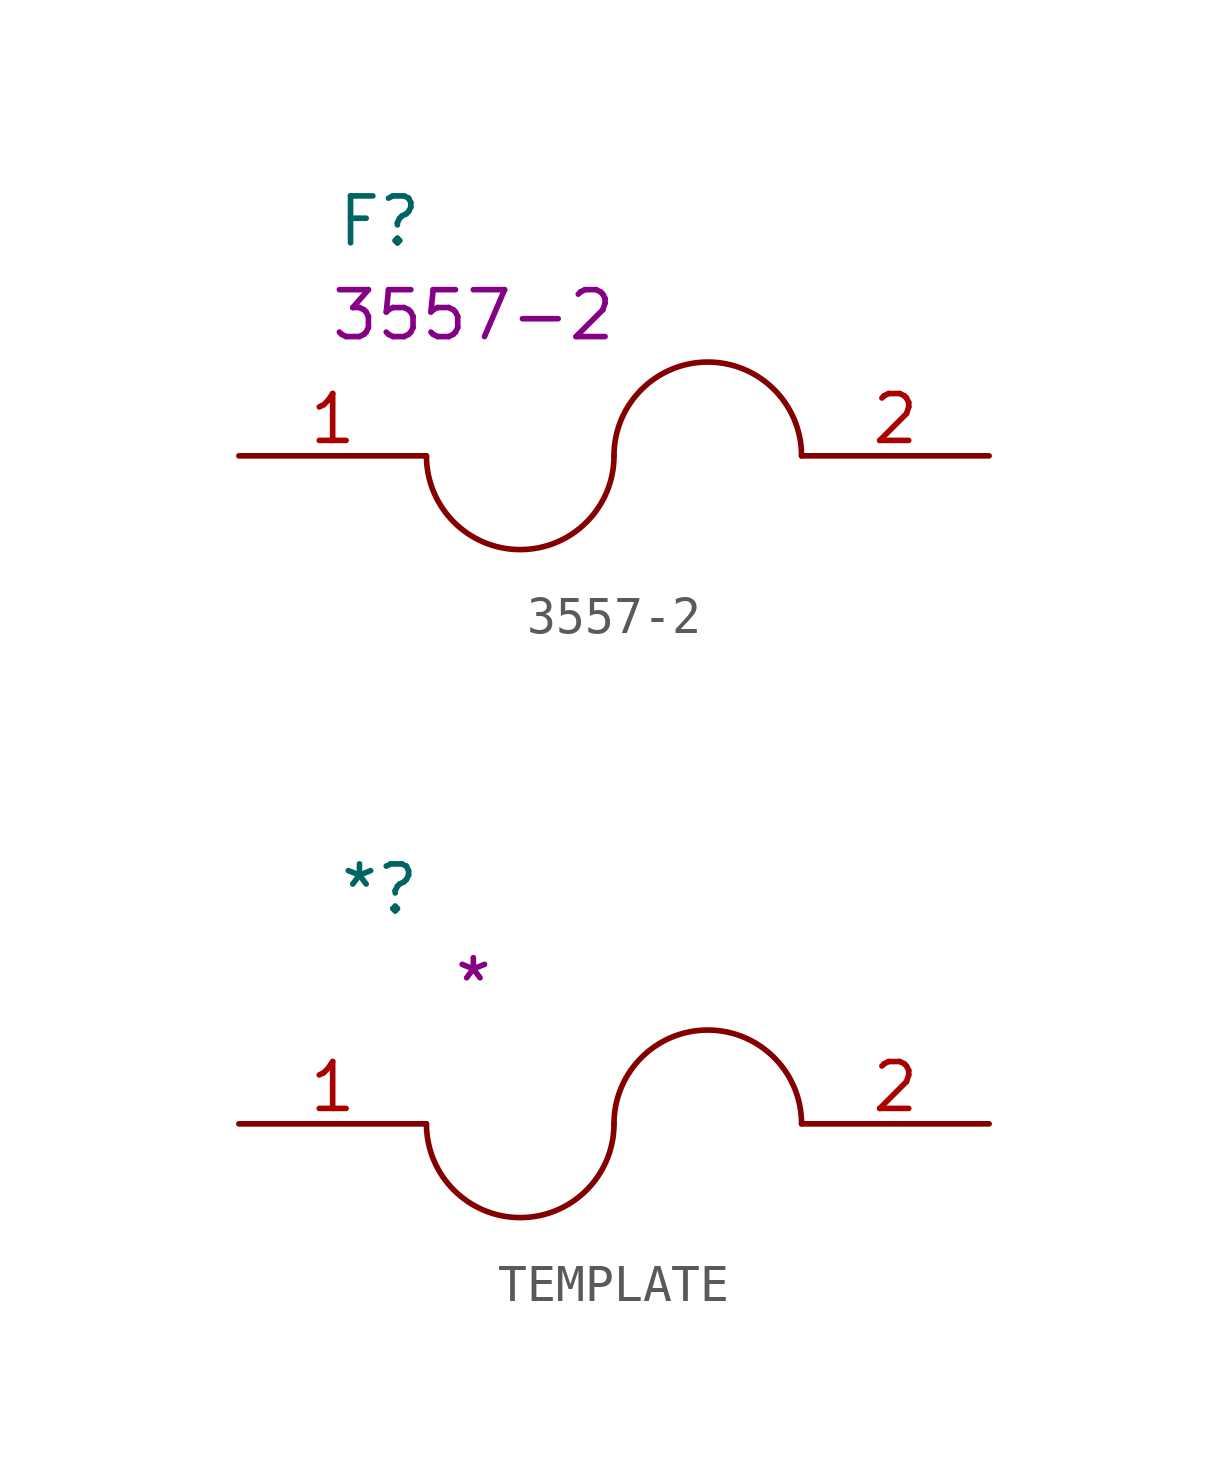
<source format=kicad_sym>
(kicad_symbol_lib
  (version 20231120)
  (generator "kicad_symbol_editor")
  (generator_version "8.0")
  (symbol "3557-2"
    (pin_names
      (offset 1.016))
    (property "Reference" "F"
      (at -6.35 6.35 0)
      (effects (font (size 1.27 1.27))))
    (property "_Value_" "3557-2"
      (at -3.81 3.81 0)
      (effects (font (size 1.27 1.27))))
    (symbol "3557-2_0_1"
      (arc (start -5.08 0) (mid -2.54 -2.529) (end 0 0) (stroke (width 0) (type default)) (fill (type none)))
      (arc (start 5.08 0) (mid 2.54 2.529) (end 0 0) (stroke (width 0) (type default)) (fill (type none))))
    (symbol "3557-2_1_1"
      (pin passive line (at -10.16 0 0) (length 5.08) (name "~" (effects (font (size 1.27 1.27)))) (number "1" (effects (font (size 1.27 1.27)))))
      (pin passive line (at 10.16 0 180) (length 5.08) (name "~" (effects (font (size 1.27 1.27)))) (number "2" (effects (font (size 1.27 1.27)))))))
  (symbol "TEMPLATE"
    (pin_names
      (offset 1.016))
    (property "Reference" "*"
      (at -6.35 6.35 0)
      (effects (font (size 1.27 1.27))))
    (property "_Value_" "*"
      (at -3.81 3.81 0)
      (effects (font (size 1.27 1.27))))
    (symbol "TEMPLATE_0_1"
      (arc (start -5.08 0) (mid -2.54 -2.529) (end 0 0) (stroke (width 0) (type default)) (fill (type none)))
      (arc (start 5.08 0) (mid 2.54 2.529) (end 0 0) (stroke (width 0) (type default)) (fill (type none))))
    (symbol "TEMPLATE_1_1"
      (pin passive line (at -10.16 0 0) (length 5.08) (name "~" (effects (font (size 1.27 1.27)))) (number "1" (effects (font (size 1.27 1.27)))))
      (pin passive line (at 10.16 0 180) (length 5.08) (name "~" (effects (font (size 1.27 1.27)))) (number "2" (effects (font (size 1.27 1.27))))))))
</source>
